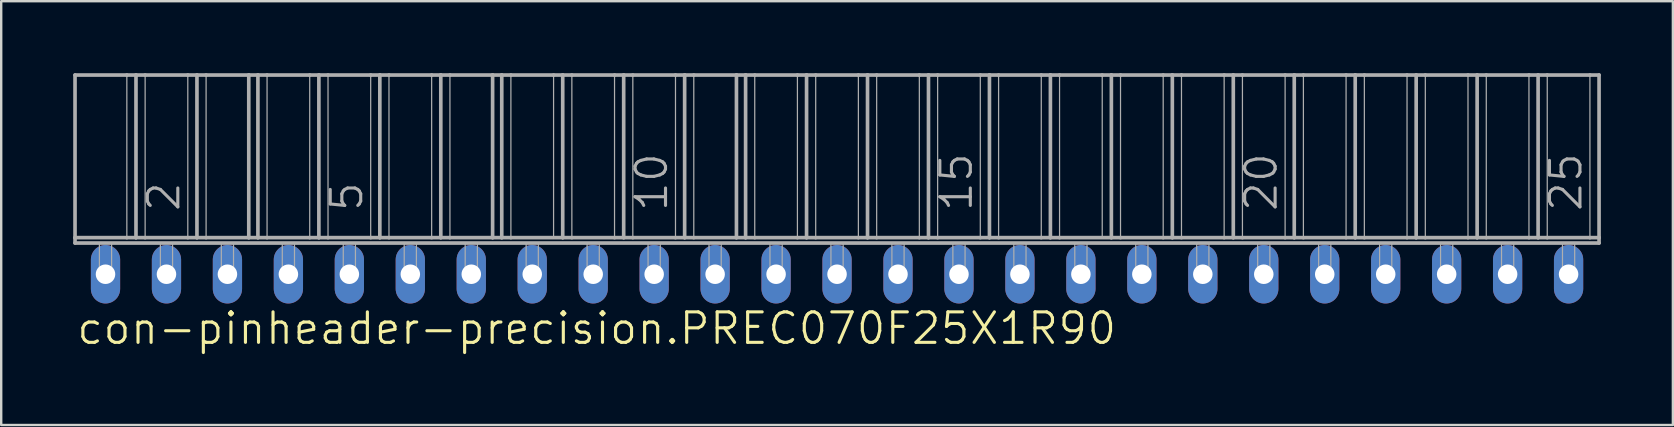
<source format=kicad_pcb>
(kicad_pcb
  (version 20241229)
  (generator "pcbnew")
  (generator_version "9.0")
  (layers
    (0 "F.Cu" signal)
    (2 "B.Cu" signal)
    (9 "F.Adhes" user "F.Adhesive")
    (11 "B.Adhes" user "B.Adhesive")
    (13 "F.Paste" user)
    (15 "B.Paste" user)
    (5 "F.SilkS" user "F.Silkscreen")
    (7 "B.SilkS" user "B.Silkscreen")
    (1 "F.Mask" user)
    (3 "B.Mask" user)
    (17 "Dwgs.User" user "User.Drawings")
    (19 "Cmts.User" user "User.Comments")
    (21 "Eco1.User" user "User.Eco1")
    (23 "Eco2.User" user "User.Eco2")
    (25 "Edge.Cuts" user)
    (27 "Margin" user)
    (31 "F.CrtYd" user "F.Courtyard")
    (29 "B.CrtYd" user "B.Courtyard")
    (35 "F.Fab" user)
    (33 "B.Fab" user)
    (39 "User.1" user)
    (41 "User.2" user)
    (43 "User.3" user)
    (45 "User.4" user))
  (footprint "con-pinheader-precision.PREC070F25X1R90"
    (layer "F.Cu")
    (at 31.826 8.376)
    (property "Reference" "con-pinheader-precision.PREC070F25X1R90" (at -31.75 3 0) (layer "F.SilkS") (effects (font (size 1.27 1.27) (thickness 0.13)) (justify left bottom)))
    (attr through_hole)
    (fp_line (start -31.75 -8.3) (end -29.591 -8.3) (stroke (width 0.152) (type default)) (layer "F.Fab"))
    (fp_line (start -31.75 -1.524) (end -31.75 -8.3) (stroke (width 0.152) (type default)) (layer "F.Fab"))
    (fp_line (start -31.75 -1.524) (end -29.591 -1.524) (stroke (width 0.152) (type default)) (layer "F.Fab"))
    (fp_line (start -31.75 -1.3) (end -31.75 -1.524) (stroke (width 0.152) (type default)) (layer "F.Fab"))
    (fp_line (start -31.75 -1.3) (end 31.75 -1.3) (stroke (width 0.152) (type default)) (layer "F.Fab"))
    (fp_line (start -29.591 -8.3) (end -29.591 -1.524) (stroke (width 0.051) (type default)) (layer "F.Fab"))
    (fp_line (start -29.591 -8.3) (end -29.21 -8.3) (stroke (width 0.152) (type default)) (layer "F.Fab"))
    (fp_line (start -29.591 -1.524) (end -29.21 -1.524) (stroke (width 0.152) (type default)) (layer "F.Fab"))
    (fp_line (start -29.21 -8.3) (end -29.21 -1.524) (stroke (width 0.152) (type default)) (layer "F.Fab"))
    (fp_line (start -29.21 -8.3) (end -28.829 -8.3) (stroke (width 0.152) (type default)) (layer "F.Fab"))
    (fp_line (start -29.21 -1.524) (end -28.829 -1.524) (stroke (width 0.152) (type default)) (layer "F.Fab"))
    (fp_line (start -28.829 -8.3) (end -28.829 -1.524) (stroke (width 0.051) (type default)) (layer "F.Fab"))
    (fp_line (start -28.829 -8.3) (end -27.051 -8.3) (stroke (width 0.152) (type default)) (layer "F.Fab"))
    (fp_line (start -28.829 -1.524) (end -27.051 -1.524) (stroke (width 0.152) (type default)) (layer "F.Fab"))
    (fp_line (start -27.051 -8.3) (end -27.051 -1.524) (stroke (width 0.051) (type default)) (layer "F.Fab"))
    (fp_line (start -27.051 -8.3) (end -26.67 -8.3) (stroke (width 0.152) (type default)) (layer "F.Fab"))
    (fp_line (start -27.051 -1.524) (end -26.67 -1.524) (stroke (width 0.152) (type default)) (layer "F.Fab"))
    (fp_line (start -26.67 -8.3) (end -26.67 -1.524) (stroke (width 0.152) (type default)) (layer "F.Fab"))
    (fp_line (start -26.67 -8.3) (end -26.289 -8.3) (stroke (width 0.152) (type default)) (layer "F.Fab"))
    (fp_line (start -26.67 -1.524) (end -26.289 -1.524) (stroke (width 0.152) (type default)) (layer "F.Fab"))
    (fp_line (start -26.289 -8.3) (end -26.289 -1.524) (stroke (width 0.051) (type default)) (layer "F.Fab"))
    (fp_line (start -26.289 -8.3) (end -24.511 -8.3) (stroke (width 0.152) (type default)) (layer "F.Fab"))
    (fp_line (start -26.289 -1.524) (end -24.511 -1.524) (stroke (width 0.152) (type default)) (layer "F.Fab"))
    (fp_line (start -24.511 -8.3) (end -24.511 -1.524) (stroke (width 0.152) (type default)) (layer "F.Fab"))
    (fp_line (start -24.511 -8.3) (end -24.13 -8.3) (stroke (width 0.152) (type default)) (layer "F.Fab"))
    (fp_line (start -24.511 -1.524) (end -24.13 -1.524) (stroke (width 0.152) (type default)) (layer "F.Fab"))
    (fp_line (start -24.13 -8.3) (end -24.13 -1.524) (stroke (width 0.152) (type default)) (layer "F.Fab"))
    (fp_line (start -24.13 -8.3) (end -23.749 -8.3) (stroke (width 0.152) (type default)) (layer "F.Fab"))
    (fp_line (start -24.13 -1.524) (end -23.749 -1.524) (stroke (width 0.152) (type default)) (layer "F.Fab"))
    (fp_line (start -23.749 -8.3) (end -23.749 -1.524) (stroke (width 0.051) (type default)) (layer "F.Fab"))
    (fp_line (start -23.749 -8.3) (end -21.971 -8.3) (stroke (width 0.152) (type default)) (layer "F.Fab"))
    (fp_line (start -23.749 -1.524) (end -21.971 -1.524) (stroke (width 0.152) (type default)) (layer "F.Fab"))
    (fp_line (start -21.971 -8.3) (end -21.971 -1.524) (stroke (width 0.051) (type default)) (layer "F.Fab"))
    (fp_line (start -21.971 -8.3) (end -21.59 -8.3) (stroke (width 0.152) (type default)) (layer "F.Fab"))
    (fp_line (start -21.971 -1.524) (end -21.59 -1.524) (stroke (width 0.152) (type default)) (layer "F.Fab"))
    (fp_line (start -21.59 -8.3) (end -21.59 -1.524) (stroke (width 0.152) (type default)) (layer "F.Fab"))
    (fp_line (start -21.59 -8.3) (end -21.209 -8.3) (stroke (width 0.152) (type default)) (layer "F.Fab"))
    (fp_line (start -21.59 -1.524) (end -21.209 -1.524) (stroke (width 0.152) (type default)) (layer "F.Fab"))
    (fp_line (start -21.209 -8.3) (end -21.209 -1.524) (stroke (width 0.051) (type default)) (layer "F.Fab"))
    (fp_line (start -21.209 -8.3) (end -19.431 -8.3) (stroke (width 0.152) (type default)) (layer "F.Fab"))
    (fp_line (start -21.209 -1.524) (end -19.431 -1.524) (stroke (width 0.152) (type default)) (layer "F.Fab"))
    (fp_line (start -19.431 -8.3) (end -19.431 -1.524) (stroke (width 0.051) (type default)) (layer "F.Fab"))
    (fp_line (start -19.431 -8.3) (end -19.05 -8.3) (stroke (width 0.152) (type default)) (layer "F.Fab"))
    (fp_line (start -19.431 -1.524) (end -19.05 -1.524) (stroke (width 0.152) (type default)) (layer "F.Fab"))
    (fp_line (start -19.05 -8.3) (end -19.05 -1.524) (stroke (width 0.152) (type default)) (layer "F.Fab"))
    (fp_line (start -19.05 -8.3) (end -18.669 -8.3) (stroke (width 0.152) (type default)) (layer "F.Fab"))
    (fp_line (start -19.05 -1.524) (end -18.669 -1.524) (stroke (width 0.152) (type default)) (layer "F.Fab"))
    (fp_line (start -18.669 -8.3) (end -18.669 -1.524) (stroke (width 0.051) (type default)) (layer "F.Fab"))
    (fp_line (start -18.669 -8.3) (end -16.891 -8.3) (stroke (width 0.152) (type default)) (layer "F.Fab"))
    (fp_line (start -18.669 -1.524) (end -16.891 -1.524) (stroke (width 0.152) (type default)) (layer "F.Fab"))
    (fp_line (start -16.891 -8.3) (end -16.891 -1.524) (stroke (width 0.051) (type default)) (layer "F.Fab"))
    (fp_line (start -16.891 -8.3) (end -16.51 -8.3) (stroke (width 0.152) (type default)) (layer "F.Fab"))
    (fp_line (start -16.891 -1.524) (end -16.51 -1.524) (stroke (width 0.152) (type default)) (layer "F.Fab"))
    (fp_line (start -16.51 -8.3) (end -16.51 -1.524) (stroke (width 0.152) (type default)) (layer "F.Fab"))
    (fp_line (start -16.51 -8.3) (end -16.129 -8.3) (stroke (width 0.152) (type default)) (layer "F.Fab"))
    (fp_line (start -16.51 -1.524) (end -16.129 -1.524) (stroke (width 0.152) (type default)) (layer "F.Fab"))
    (fp_line (start -16.129 -8.3) (end -16.129 -1.524) (stroke (width 0.051) (type default)) (layer "F.Fab"))
    (fp_line (start -16.129 -8.3) (end -14.351 -8.3) (stroke (width 0.152) (type default)) (layer "F.Fab"))
    (fp_line (start -16.129 -1.524) (end -14.351 -1.524) (stroke (width 0.152) (type default)) (layer "F.Fab"))
    (fp_line (start -14.351 -8.3) (end -14.351 -1.524) (stroke (width 0.152) (type default)) (layer "F.Fab"))
    (fp_line (start -14.351 -8.3) (end -13.97 -8.3) (stroke (width 0.152) (type default)) (layer "F.Fab"))
    (fp_line (start -14.351 -1.524) (end -13.97 -1.524) (stroke (width 0.152) (type default)) (layer "F.Fab"))
    (fp_line (start -13.97 -8.3) (end -13.97 -1.524) (stroke (width 0.152) (type default)) (layer "F.Fab"))
    (fp_line (start -13.97 -8.3) (end -13.589 -8.3) (stroke (width 0.152) (type default)) (layer "F.Fab"))
    (fp_line (start -13.97 -1.524) (end -13.589 -1.524) (stroke (width 0.152) (type default)) (layer "F.Fab"))
    (fp_line (start -13.589 -8.3) (end -13.589 -1.524) (stroke (width 0.051) (type default)) (layer "F.Fab"))
    (fp_line (start -13.589 -8.3) (end -11.811 -8.3) (stroke (width 0.152) (type default)) (layer "F.Fab"))
    (fp_line (start -13.589 -1.524) (end -11.43 -1.524) (stroke (width 0.152) (type default)) (layer "F.Fab"))
    (fp_line (start -11.811 -8.3) (end -11.811 -1.524) (stroke (width 0.051) (type default)) (layer "F.Fab"))
    (fp_line (start -11.811 -8.3) (end -11.43 -8.3) (stroke (width 0.152) (type default)) (layer "F.Fab"))
    (fp_line (start -11.43 -8.3) (end -11.43 -1.524) (stroke (width 0.152) (type default)) (layer "F.Fab"))
    (fp_line (start -11.43 -8.3) (end -11.049 -8.3) (stroke (width 0.152) (type default)) (layer "F.Fab"))
    (fp_line (start -11.43 -1.524) (end -11.049 -1.524) (stroke (width 0.152) (type default)) (layer "F.Fab"))
    (fp_line (start -11.049 -8.3) (end -11.049 -1.524) (stroke (width 0.051) (type default)) (layer "F.Fab"))
    (fp_line (start -11.049 -8.3) (end -9.271 -8.3) (stroke (width 0.152) (type default)) (layer "F.Fab"))
    (fp_line (start -11.049 -1.524) (end -9.271 -1.524) (stroke (width 0.152) (type default)) (layer "F.Fab"))
    (fp_line (start -9.271 -8.3) (end -9.271 -1.524) (stroke (width 0.051) (type default)) (layer "F.Fab"))
    (fp_line (start -9.271 -8.3) (end -8.89 -8.3) (stroke (width 0.152) (type default)) (layer "F.Fab"))
    (fp_line (start -9.271 -1.524) (end -8.89 -1.524) (stroke (width 0.152) (type default)) (layer "F.Fab"))
    (fp_line (start -8.89 -8.3) (end -8.509 -8.3) (stroke (width 0.152) (type default)) (layer "F.Fab"))
    (fp_line (start -8.89 -1.524) (end -8.89 -8.3) (stroke (width 0.152) (type default)) (layer "F.Fab"))
    (fp_line (start -8.89 -1.524) (end -8.509 -1.524) (stroke (width 0.152) (type default)) (layer "F.Fab"))
    (fp_line (start -8.509 -8.3) (end -8.509 -1.524) (stroke (width 0.051) (type default)) (layer "F.Fab"))
    (fp_line (start -8.509 -8.3) (end -6.731 -8.3) (stroke (width 0.152) (type default)) (layer "F.Fab"))
    (fp_line (start -8.509 -1.524) (end -6.731 -1.524) (stroke (width 0.152) (type default)) (layer "F.Fab"))
    (fp_line (start -6.731 -8.3) (end -6.731 -1.524) (stroke (width 0.051) (type default)) (layer "F.Fab"))
    (fp_line (start -6.731 -8.3) (end -6.35 -8.3) (stroke (width 0.152) (type default)) (layer "F.Fab"))
    (fp_line (start -6.731 -1.524) (end -6.35 -1.524) (stroke (width 0.152) (type default)) (layer "F.Fab"))
    (fp_line (start -6.35 -8.3) (end -6.35 -1.524) (stroke (width 0.152) (type default)) (layer "F.Fab"))
    (fp_line (start -6.35 -8.3) (end -5.969 -8.3) (stroke (width 0.152) (type default)) (layer "F.Fab"))
    (fp_line (start -6.35 -1.524) (end -5.969 -1.524) (stroke (width 0.152) (type default)) (layer "F.Fab"))
    (fp_line (start -5.969 -8.3) (end -5.969 -1.524) (stroke (width 0.051) (type default)) (layer "F.Fab"))
    (fp_line (start -5.969 -8.3) (end -4.191 -8.3) (stroke (width 0.152) (type default)) (layer "F.Fab"))
    (fp_line (start -5.969 -1.524) (end -4.191 -1.524) (stroke (width 0.152) (type default)) (layer "F.Fab"))
    (fp_line (start -4.191 -8.3) (end -4.191 -1.524) (stroke (width 0.152) (type default)) (layer "F.Fab"))
    (fp_line (start -4.191 -8.3) (end -3.81 -8.3) (stroke (width 0.152) (type default)) (layer "F.Fab"))
    (fp_line (start -4.191 -1.524) (end -3.81 -1.524) (stroke (width 0.152) (type default)) (layer "F.Fab"))
    (fp_line (start -3.81 -8.3) (end -3.81 -1.524) (stroke (width 0.152) (type default)) (layer "F.Fab"))
    (fp_line (start -3.81 -8.3) (end -3.429 -8.3) (stroke (width 0.152) (type default)) (layer "F.Fab"))
    (fp_line (start -3.81 -1.524) (end -3.429 -1.524) (stroke (width 0.152) (type default)) (layer "F.Fab"))
    (fp_line (start -3.429 -8.3) (end -3.429 -1.524) (stroke (width 0.051) (type default)) (layer "F.Fab"))
    (fp_line (start -3.429 -8.3) (end -1.651 -8.3) (stroke (width 0.152) (type default)) (layer "F.Fab"))
    (fp_line (start -3.429 -1.524) (end -1.651 -1.524) (stroke (width 0.152) (type default)) (layer "F.Fab"))
    (fp_line (start -1.651 -8.3) (end -1.651 -1.524) (stroke (width 0.051) (type default)) (layer "F.Fab"))
    (fp_line (start -1.651 -8.3) (end -1.27 -8.3) (stroke (width 0.152) (type default)) (layer "F.Fab"))
    (fp_line (start -1.651 -1.524) (end -1.27 -1.524) (stroke (width 0.152) (type default)) (layer "F.Fab"))
    (fp_line (start -1.27 -8.3) (end -1.27 -1.524) (stroke (width 0.152) (type default)) (layer "F.Fab"))
    (fp_line (start -1.27 -8.3) (end -0.889 -8.3) (stroke (width 0.152) (type default)) (layer "F.Fab"))
    (fp_line (start -1.27 -1.524) (end -0.889 -1.524) (stroke (width 0.152) (type default)) (layer "F.Fab"))
    (fp_line (start -0.889 -8.3) (end -0.889 -1.524) (stroke (width 0.051) (type default)) (layer "F.Fab"))
    (fp_line (start -0.889 -8.3) (end 0.889 -8.3) (stroke (width 0.152) (type default)) (layer "F.Fab"))
    (fp_line (start -0.889 -1.524) (end 0.889 -1.524) (stroke (width 0.152) (type default)) (layer "F.Fab"))
    (fp_line (start 0.889 -8.3) (end 0.889 -1.524) (stroke (width 0.051) (type default)) (layer "F.Fab"))
    (fp_line (start 0.889 -8.3) (end 1.27 -8.3) (stroke (width 0.152) (type default)) (layer "F.Fab"))
    (fp_line (start 0.889 -1.524) (end 1.27 -1.524) (stroke (width 0.152) (type default)) (layer "F.Fab"))
    (fp_line (start 1.27 -8.3) (end 1.27 -1.524) (stroke (width 0.152) (type default)) (layer "F.Fab"))
    (fp_line (start 1.27 -8.3) (end 1.651 -8.3) (stroke (width 0.152) (type default)) (layer "F.Fab"))
    (fp_line (start 1.27 -1.524) (end 1.651 -1.524) (stroke (width 0.152) (type default)) (layer "F.Fab"))
    (fp_line (start 1.651 -8.3) (end 1.651 -1.524) (stroke (width 0.051) (type default)) (layer "F.Fab"))
    (fp_line (start 1.651 -8.3) (end 3.429 -8.3) (stroke (width 0.152) (type default)) (layer "F.Fab"))
    (fp_line (start 1.651 -1.524) (end 3.429 -1.524) (stroke (width 0.152) (type default)) (layer "F.Fab"))
    (fp_line (start 3.429 -8.3) (end 3.429 -1.524) (stroke (width 0.051) (type default)) (layer "F.Fab"))
    (fp_line (start 3.429 -8.3) (end 3.81 -8.3) (stroke (width 0.152) (type default)) (layer "F.Fab"))
    (fp_line (start 3.429 -1.524) (end 3.81 -1.524) (stroke (width 0.152) (type default)) (layer "F.Fab"))
    (fp_line (start 3.81 -8.3) (end 3.81 -1.524) (stroke (width 0.152) (type default)) (layer "F.Fab"))
    (fp_line (start 3.81 -8.3) (end 4.191 -8.3) (stroke (width 0.152) (type default)) (layer "F.Fab"))
    (fp_line (start 3.81 -1.524) (end 4.191 -1.524) (stroke (width 0.152) (type default)) (layer "F.Fab"))
    (fp_line (start 4.191 -8.3) (end 4.191 -1.524) (stroke (width 0.051) (type default)) (layer "F.Fab"))
    (fp_line (start 4.191 -8.3) (end 5.969 -8.3) (stroke (width 0.152) (type default)) (layer "F.Fab"))
    (fp_line (start 4.191 -1.524) (end 5.969 -1.524) (stroke (width 0.152) (type default)) (layer "F.Fab"))
    (fp_line (start 5.969 -8.3) (end 5.969 -1.524) (stroke (width 0.051) (type default)) (layer "F.Fab"))
    (fp_line (start 5.969 -8.3) (end 6.35 -8.3) (stroke (width 0.152) (type default)) (layer "F.Fab"))
    (fp_line (start 5.969 -1.524) (end 6.35 -1.524) (stroke (width 0.152) (type default)) (layer "F.Fab"))
    (fp_line (start 6.35 -8.3) (end 6.35 -1.524) (stroke (width 0.152) (type default)) (layer "F.Fab"))
    (fp_line (start 6.35 -8.3) (end 6.731 -8.3) (stroke (width 0.152) (type default)) (layer "F.Fab"))
    (fp_line (start 6.35 -1.524) (end 6.731 -1.524) (stroke (width 0.152) (type default)) (layer "F.Fab"))
    (fp_line (start 6.731 -8.3) (end 6.731 -1.524) (stroke (width 0.051) (type default)) (layer "F.Fab"))
    (fp_line (start 6.731 -8.3) (end 8.509 -8.3) (stroke (width 0.152) (type default)) (layer "F.Fab"))
    (fp_line (start 6.731 -1.524) (end 8.509 -1.524) (stroke (width 0.152) (type default)) (layer "F.Fab"))
    (fp_line (start 8.509 -8.3) (end 8.509 -1.524) (stroke (width 0.051) (type default)) (layer "F.Fab"))
    (fp_line (start 8.509 -8.3) (end 8.89 -8.3) (stroke (width 0.152) (type default)) (layer "F.Fab"))
    (fp_line (start 8.509 -1.524) (end 8.89 -1.524) (stroke (width 0.152) (type default)) (layer "F.Fab"))
    (fp_line (start 8.89 -8.3) (end 8.89 -1.524) (stroke (width 0.152) (type default)) (layer "F.Fab"))
    (fp_line (start 8.89 -8.3) (end 9.271 -8.3) (stroke (width 0.152) (type default)) (layer "F.Fab"))
    (fp_line (start 8.89 -1.524) (end 9.271 -1.524) (stroke (width 0.152) (type default)) (layer "F.Fab"))
    (fp_line (start 9.271 -8.3) (end 9.271 -1.524) (stroke (width 0.051) (type default)) (layer "F.Fab"))
    (fp_line (start 9.271 -8.3) (end 11.049 -8.3) (stroke (width 0.152) (type default)) (layer "F.Fab"))
    (fp_line (start 9.271 -1.524) (end 11.43 -1.524) (stroke (width 0.152) (type default)) (layer "F.Fab"))
    (fp_line (start 11.049 -8.3) (end 11.049 -1.524) (stroke (width 0.051) (type default)) (layer "F.Fab"))
    (fp_line (start 11.049 -8.3) (end 11.43 -8.3) (stroke (width 0.152) (type default)) (layer "F.Fab"))
    (fp_line (start 11.43 -8.3) (end 11.43 -1.524) (stroke (width 0.152) (type default)) (layer "F.Fab"))
    (fp_line (start 11.43 -8.3) (end 11.811 -8.3) (stroke (width 0.152) (type default)) (layer "F.Fab"))
    (fp_line (start 11.43 -1.524) (end 11.811 -1.524) (stroke (width 0.152) (type default)) (layer "F.Fab"))
    (fp_line (start 11.811 -8.3) (end 11.811 -1.524) (stroke (width 0.051) (type default)) (layer "F.Fab"))
    (fp_line (start 11.811 -8.3) (end 13.589 -8.3) (stroke (width 0.152) (type default)) (layer "F.Fab"))
    (fp_line (start 11.811 -1.524) (end 13.589 -1.524) (stroke (width 0.152) (type default)) (layer "F.Fab"))
    (fp_line (start 13.589 -8.3) (end 13.589 -1.524) (stroke (width 0.051) (type default)) (layer "F.Fab"))
    (fp_line (start 13.589 -8.3) (end 13.97 -8.3) (stroke (width 0.152) (type default)) (layer "F.Fab"))
    (fp_line (start 13.589 -1.524) (end 13.97 -1.524) (stroke (width 0.152) (type default)) (layer "F.Fab"))
    (fp_line (start 13.97 -8.3) (end 13.97 -1.524) (stroke (width 0.152) (type default)) (layer "F.Fab"))
    (fp_line (start 13.97 -8.3) (end 14.351 -8.3) (stroke (width 0.152) (type default)) (layer "F.Fab"))
    (fp_line (start 13.97 -1.524) (end 14.351 -1.524) (stroke (width 0.152) (type default)) (layer "F.Fab"))
    (fp_line (start 14.351 -8.3) (end 14.351 -1.524) (stroke (width 0.051) (type default)) (layer "F.Fab"))
    (fp_line (start 14.351 -8.3) (end 16.129 -8.3) (stroke (width 0.152) (type default)) (layer "F.Fab"))
    (fp_line (start 14.351 -1.524) (end 16.129 -1.524) (stroke (width 0.152) (type default)) (layer "F.Fab"))
    (fp_line (start 16.129 -8.3) (end 16.129 -1.524) (stroke (width 0.051) (type default)) (layer "F.Fab"))
    (fp_line (start 16.129 -8.3) (end 16.51 -8.3) (stroke (width 0.152) (type default)) (layer "F.Fab"))
    (fp_line (start 16.129 -1.524) (end 16.51 -1.524) (stroke (width 0.152) (type default)) (layer "F.Fab"))
    (fp_line (start 16.51 -8.3) (end 16.51 -1.524) (stroke (width 0.152) (type default)) (layer "F.Fab"))
    (fp_line (start 16.51 -8.3) (end 16.891 -8.3) (stroke (width 0.152) (type default)) (layer "F.Fab"))
    (fp_line (start 16.51 -1.524) (end 16.891 -1.524) (stroke (width 0.152) (type default)) (layer "F.Fab"))
    (fp_line (start 16.891 -8.3) (end 16.891 -1.524) (stroke (width 0.051) (type default)) (layer "F.Fab"))
    (fp_line (start 16.891 -8.3) (end 18.669 -8.3) (stroke (width 0.152) (type default)) (layer "F.Fab"))
    (fp_line (start 16.891 -1.524) (end 18.669 -1.524) (stroke (width 0.152) (type default)) (layer "F.Fab"))
    (fp_line (start 18.669 -8.3) (end 18.669 -1.524) (stroke (width 0.051) (type default)) (layer "F.Fab"))
    (fp_line (start 18.669 -8.3) (end 19.05 -8.3) (stroke (width 0.152) (type default)) (layer "F.Fab"))
    (fp_line (start 18.669 -1.524) (end 19.05 -1.524) (stroke (width 0.152) (type default)) (layer "F.Fab"))
    (fp_line (start 19.05 -8.3) (end 19.05 -1.524) (stroke (width 0.152) (type default)) (layer "F.Fab"))
    (fp_line (start 19.05 -8.3) (end 19.431 -8.3) (stroke (width 0.152) (type default)) (layer "F.Fab"))
    (fp_line (start 19.05 -1.524) (end 19.431 -1.524) (stroke (width 0.152) (type default)) (layer "F.Fab"))
    (fp_line (start 19.431 -8.3) (end 19.431 -1.524) (stroke (width 0.051) (type default)) (layer "F.Fab"))
    (fp_line (start 19.431 -8.3) (end 21.209 -8.3) (stroke (width 0.152) (type default)) (layer "F.Fab"))
    (fp_line (start 19.431 -1.524) (end 21.209 -1.524) (stroke (width 0.152) (type default)) (layer "F.Fab"))
    (fp_line (start 21.209 -8.3) (end 21.209 -1.524) (stroke (width 0.051) (type default)) (layer "F.Fab"))
    (fp_line (start 21.209 -8.3) (end 21.59 -8.3) (stroke (width 0.152) (type default)) (layer "F.Fab"))
    (fp_line (start 21.209 -1.524) (end 21.59 -1.524) (stroke (width 0.152) (type default)) (layer "F.Fab"))
    (fp_line (start 21.59 -8.3) (end 21.59 -1.524) (stroke (width 0.152) (type default)) (layer "F.Fab"))
    (fp_line (start 21.59 -8.3) (end 21.971 -8.3) (stroke (width 0.152) (type default)) (layer "F.Fab"))
    (fp_line (start 21.59 -1.524) (end 21.971 -1.524) (stroke (width 0.152) (type default)) (layer "F.Fab"))
    (fp_line (start 21.971 -8.3) (end 21.971 -1.524) (stroke (width 0.051) (type default)) (layer "F.Fab"))
    (fp_line (start 21.971 -8.3) (end 23.749 -8.3) (stroke (width 0.152) (type default)) (layer "F.Fab"))
    (fp_line (start 21.971 -1.524) (end 23.749 -1.524) (stroke (width 0.152) (type default)) (layer "F.Fab"))
    (fp_line (start 23.749 -8.3) (end 23.749 -1.524) (stroke (width 0.051) (type default)) (layer "F.Fab"))
    (fp_line (start 23.749 -8.3) (end 24.13 -8.3) (stroke (width 0.152) (type default)) (layer "F.Fab"))
    (fp_line (start 23.749 -1.524) (end 24.13 -1.524) (stroke (width 0.152) (type default)) (layer "F.Fab"))
    (fp_line (start 24.13 -8.3) (end 24.13 -1.524) (stroke (width 0.152) (type default)) (layer "F.Fab"))
    (fp_line (start 24.13 -8.3) (end 24.511 -8.3) (stroke (width 0.152) (type default)) (layer "F.Fab"))
    (fp_line (start 24.13 -1.524) (end 24.511 -1.524) (stroke (width 0.152) (type default)) (layer "F.Fab"))
    (fp_line (start 24.511 -8.3) (end 24.511 -1.524) (stroke (width 0.051) (type default)) (layer "F.Fab"))
    (fp_line (start 24.511 -8.3) (end 26.289 -8.3) (stroke (width 0.152) (type default)) (layer "F.Fab"))
    (fp_line (start 24.511 -1.524) (end 26.289 -1.524) (stroke (width 0.152) (type default)) (layer "F.Fab"))
    (fp_line (start 26.289 -8.3) (end 26.289 -1.524) (stroke (width 0.051) (type default)) (layer "F.Fab"))
    (fp_line (start 26.289 -8.3) (end 26.67 -8.3) (stroke (width 0.152) (type default)) (layer "F.Fab"))
    (fp_line (start 26.289 -1.524) (end 26.67 -1.524) (stroke (width 0.152) (type default)) (layer "F.Fab"))
    (fp_line (start 26.67 -8.3) (end 26.67 -1.524) (stroke (width 0.152) (type default)) (layer "F.Fab"))
    (fp_line (start 26.67 -8.3) (end 27.051 -8.3) (stroke (width 0.152) (type default)) (layer "F.Fab"))
    (fp_line (start 26.67 -1.524) (end 27.051 -1.524) (stroke (width 0.152) (type default)) (layer "F.Fab"))
    (fp_line (start 27.051 -8.3) (end 27.051 -1.524) (stroke (width 0.051) (type default)) (layer "F.Fab"))
    (fp_line (start 27.051 -8.3) (end 28.829 -8.3) (stroke (width 0.152) (type default)) (layer "F.Fab"))
    (fp_line (start 27.051 -1.524) (end 28.829 -1.524) (stroke (width 0.152) (type default)) (layer "F.Fab"))
    (fp_line (start 28.829 -8.3) (end 28.829 -1.524) (stroke (width 0.051) (type default)) (layer "F.Fab"))
    (fp_line (start 28.829 -8.3) (end 29.21 -8.3) (stroke (width 0.152) (type default)) (layer "F.Fab"))
    (fp_line (start 28.829 -1.524) (end 29.21 -1.524) (stroke (width 0.152) (type default)) (layer "F.Fab"))
    (fp_line (start 29.21 -8.3) (end 29.21 -1.524) (stroke (width 0.152) (type default)) (layer "F.Fab"))
    (fp_line (start 29.21 -8.3) (end 29.591 -8.3) (stroke (width 0.152) (type default)) (layer "F.Fab"))
    (fp_line (start 29.21 -1.524) (end 29.591 -1.524) (stroke (width 0.152) (type default)) (layer "F.Fab"))
    (fp_line (start 29.591 -8.3) (end 29.591 -1.524) (stroke (width 0.051) (type default)) (layer "F.Fab"))
    (fp_line (start 29.591 -8.3) (end 31.369 -8.3) (stroke (width 0.152) (type default)) (layer "F.Fab"))
    (fp_line (start 29.591 -1.524) (end 31.369 -1.524) (stroke (width 0.152) (type default)) (layer "F.Fab"))
    (fp_line (start 31.369 -8.3) (end 31.369 -1.524) (stroke (width 0.051) (type default)) (layer "F.Fab"))
    (fp_line (start 31.369 -8.3) (end 31.75 -8.3) (stroke (width 0.152) (type default)) (layer "F.Fab"))
    (fp_line (start 31.369 -1.524) (end 31.75 -1.524) (stroke (width 0.152) (type default)) (layer "F.Fab"))
    (fp_line (start 31.75 -8.3) (end 31.75 -1.524) (stroke (width 0.152) (type default)) (layer "F.Fab"))
    (fp_line (start 31.75 -1.524) (end 31.75 -1.3) (stroke (width 0.152) (type default)) (layer "F.Fab"))
    (fp_rect (start -30.734 0) (end -30.226 -1.3) (stroke (width 0.05) (type default)) (fill no) (layer "F.Fab"))
    (fp_rect (start -28.194 0) (end -27.686 -1.3) (stroke (width 0.05) (type default)) (fill no) (layer "F.Fab"))
    (fp_rect (start -25.654 0) (end -25.146 -1.3) (stroke (width 0.05) (type default)) (fill no) (layer "F.Fab"))
    (fp_rect (start -23.114 0) (end -22.606 -1.3) (stroke (width 0.05) (type default)) (fill no) (layer "F.Fab"))
    (fp_rect (start -20.574 0) (end -20.066 -1.3) (stroke (width 0.05) (type default)) (fill no) (layer "F.Fab"))
    (fp_rect (start -18.034 0) (end -17.526 -1.3) (stroke (width 0.05) (type default)) (fill no) (layer "F.Fab"))
    (fp_rect (start -15.494 0) (end -14.986 -1.3) (stroke (width 0.05) (type default)) (fill no) (layer "F.Fab"))
    (fp_rect (start -12.954 0) (end -12.446 -1.3) (stroke (width 0.05) (type default)) (fill no) (layer "F.Fab"))
    (fp_rect (start -10.414 0) (end -9.906 -1.3) (stroke (width 0.05) (type default)) (fill no) (layer "F.Fab"))
    (fp_rect (start -7.874 0) (end -7.366 -1.3) (stroke (width 0.05) (type default)) (fill no) (layer "F.Fab"))
    (fp_rect (start -5.334 0) (end -4.826 -1.3) (stroke (width 0.05) (type default)) (fill no) (layer "F.Fab"))
    (fp_rect (start -2.794 0) (end -2.286 -1.3) (stroke (width 0.05) (type default)) (fill no) (layer "F.Fab"))
    (fp_rect (start -0.254 0) (end 0.254 -1.3) (stroke (width 0.05) (type default)) (fill no) (layer "F.Fab"))
    (fp_rect (start 2.286 0) (end 2.794 -1.3) (stroke (width 0.05) (type default)) (fill no) (layer "F.Fab"))
    (fp_rect (start 4.826 0) (end 5.334 -1.3) (stroke (width 0.05) (type default)) (fill no) (layer "F.Fab"))
    (fp_rect (start 7.366 0) (end 7.874 -1.3) (stroke (width 0.05) (type default)) (fill no) (layer "F.Fab"))
    (fp_rect (start 9.906 0) (end 10.414 -1.3) (stroke (width 0.05) (type default)) (fill no) (layer "F.Fab"))
    (fp_rect (start 12.446 0) (end 12.954 -1.3) (stroke (width 0.05) (type default)) (fill no) (layer "F.Fab"))
    (fp_rect (start 14.986 0) (end 15.494 -1.3) (stroke (width 0.05) (type default)) (fill no) (layer "F.Fab"))
    (fp_rect (start 17.526 0) (end 18.034 -1.3) (stroke (width 0.05) (type default)) (fill no) (layer "F.Fab"))
    (fp_rect (start 20.066 0) (end 20.574 -1.3) (stroke (width 0.05) (type default)) (fill no) (layer "F.Fab"))
    (fp_rect (start 22.606 0) (end 23.114 -1.3) (stroke (width 0.05) (type default)) (fill no) (layer "F.Fab"))
    (fp_rect (start 25.146 0) (end 25.654 -1.3) (stroke (width 0.05) (type default)) (fill no) (layer "F.Fab"))
    (fp_rect (start 27.686 0) (end 28.194 -1.3) (stroke (width 0.05) (type default)) (fill no) (layer "F.Fab"))
    (fp_rect (start 30.226 0) (end 30.734 -1.3) (stroke (width 0.05) (type default)) (fill no) (layer "F.Fab"))
    (fp_text user "10" (at -6.985 -2.54 90) (layer "F.Fab") (effects (font (size 1.27 1.27) (thickness 0.13)) (justify left bottom)))
    (fp_text user "2" (at -27.305 -2.54 90) (layer "F.Fab") (effects (font (size 1.27 1.27) (thickness 0.13)) (justify left bottom)))
    (fp_text user "5" (at -19.685 -2.54 90) (layer "F.Fab") (effects (font (size 1.27 1.27) (thickness 0.13)) (justify left bottom)))
    (fp_text user "20" (at 18.415 -2.54 90) (layer "F.Fab") (effects (font (size 1.27 1.27) (thickness 0.13)) (justify left bottom)))
    (fp_text user "15" (at 5.715 -2.54 90) (layer "F.Fab") (effects (font (size 1.27 1.27) (thickness 0.13)) (justify left bottom)))
    (fp_text user "25" (at 31.115 -2.54 90) (layer "F.Fab") (effects (font (size 1.27 1.27) (thickness 0.13)) (justify left bottom)))
    (pad "1" thru_hole oval (at -30.48 0 90) (size 2.438 1.219) (drill 0.813) (layers "*.Cu" "*.Mask"))
    (pad "2" thru_hole oval (at -27.94 0 90) (size 2.438 1.219) (drill 0.813) (layers "*.Cu" "*.Mask"))
    (pad "3" thru_hole oval (at -25.4 0 90) (size 2.438 1.219) (drill 0.813) (layers "*.Cu" "*.Mask"))
    (pad "4" thru_hole oval (at -22.86 0 90) (size 2.438 1.219) (drill 0.813) (layers "*.Cu" "*.Mask"))
    (pad "5" thru_hole oval (at -20.32 0 90) (size 2.438 1.219) (drill 0.813) (layers "*.Cu" "*.Mask"))
    (pad "6" thru_hole oval (at -17.78 0 90) (size 2.438 1.219) (drill 0.813) (layers "*.Cu" "*.Mask"))
    (pad "7" thru_hole oval (at -15.24 0 90) (size 2.438 1.219) (drill 0.813) (layers "*.Cu" "*.Mask"))
    (pad "8" thru_hole oval (at -12.7 0 90) (size 2.438 1.219) (drill 0.813) (layers "*.Cu" "*.Mask"))
    (pad "9" thru_hole oval (at -10.16 0 90) (size 2.438 1.219) (drill 0.813) (layers "*.Cu" "*.Mask"))
    (pad "10" thru_hole oval (at -7.62 0 90) (size 2.438 1.219) (drill 0.813) (layers "*.Cu" "*.Mask"))
    (pad "11" thru_hole oval (at -5.08 0 90) (size 2.438 1.219) (drill 0.813) (layers "*.Cu" "*.Mask"))
    (pad "12" thru_hole oval (at -2.54 0 90) (size 2.438 1.219) (drill 0.813) (layers "*.Cu" "*.Mask"))
    (pad "13" thru_hole oval (at 0 0 90) (size 2.438 1.219) (drill 0.813) (layers "*.Cu" "*.Mask"))
    (pad "14" thru_hole oval (at 2.54 0 90) (size 2.438 1.219) (drill 0.813) (layers "*.Cu" "*.Mask"))
    (pad "15" thru_hole oval (at 5.08 0 90) (size 2.438 1.219) (drill 0.813) (layers "*.Cu" "*.Mask"))
    (pad "16" thru_hole oval (at 7.62 0 90) (size 2.438 1.219) (drill 0.813) (layers "*.Cu" "*.Mask"))
    (pad "17" thru_hole oval (at 10.16 0 90) (size 2.438 1.219) (drill 0.813) (layers "*.Cu" "*.Mask"))
    (pad "18" thru_hole oval (at 12.7 0 90) (size 2.438 1.219) (drill 0.813) (layers "*.Cu" "*.Mask"))
    (pad "19" thru_hole oval (at 15.24 0 90) (size 2.438 1.219) (drill 0.813) (layers "*.Cu" "*.Mask"))
    (pad "20" thru_hole oval (at 17.78 0 90) (size 2.438 1.219) (drill 0.813) (layers "*.Cu" "*.Mask"))
    (pad "21" thru_hole oval (at 20.32 0 90) (size 2.438 1.219) (drill 0.813) (layers "*.Cu" "*.Mask"))
    (pad "22" thru_hole oval (at 22.86 0 90) (size 2.438 1.219) (drill 0.813) (layers "*.Cu" "*.Mask"))
    (pad "23" thru_hole oval (at 25.4 0 90) (size 2.438 1.219) (drill 0.813) (layers "*.Cu" "*.Mask"))
    (pad "24" thru_hole oval (at 27.94 0 90) (size 2.438 1.219) (drill 0.813) (layers "*.Cu" "*.Mask"))
    (pad "25" thru_hole oval (at 30.48 0 90) (size 2.438 1.219) (drill 0.813) (layers "*.Cu" "*.Mask")))
  (gr_rect
    (start -3 -3)
    (end 66.652 14.658)
    (stroke (width 0.1) (type default))
    (fill no)
    (layer "Edge.Cuts")))
</source>
